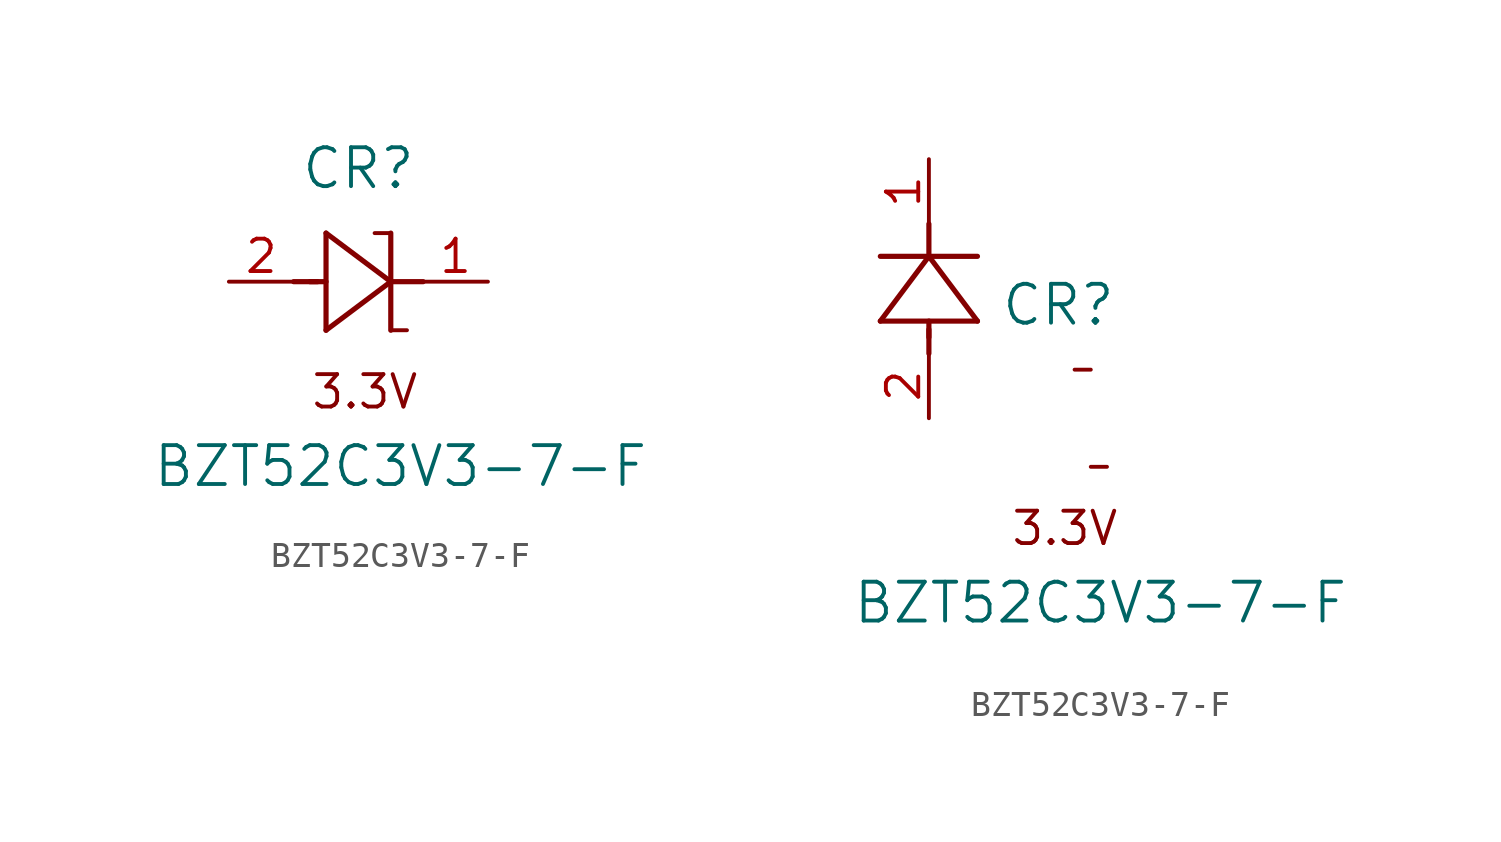
<source format=kicad_sym>
(kicad_symbol_lib
  (version 20211014)
  (generator kicad_symbol_editor)
  (symbol "BZT52C3V3-7-F"
    (pin_names
      (offset 0.254))
    (property "Reference" "CR"
      (at 5.08 4.445 0)
      (effects (font (size 1.524 1.524))))
    (property "Value" "BZT52C3V3-7-F"
      (at 6.731 -7.239 0)
      (effects (font (size 1.524 1.524))))
    (symbol "BZT52C3V3-7-F_0_0"
      (polyline (pts (xy 5.715 1.905) (xy 6.35 1.905)) (stroke (width 0) (type default) (color 0 0 0 0)) (fill (type none)))
      (polyline (pts (xy 6.35 -1.905) (xy 6.985 -1.905)) (stroke (width 0) (type default) (color 0 0 0 0)) (fill (type none)))
      (text "3.3V" (at 5.334 -4.318 0) (effects (font (size 1.27 1.27)))))
    (symbol "BZT52C3V3-7-F_1_1"
      (polyline (pts (xy 2.54 0) (xy 3.48 0)) (stroke (width 0.203) (type default) (color 0 0 0 0)) (fill (type none)))
      (polyline (pts (xy 3.175 0) (xy 3.81 0)) (stroke (width 0.203) (type default) (color 0 0 0 0)) (fill (type none)))
      (polyline (pts (xy 3.81 -1.905) (xy 6.35 0)) (stroke (width 0.203) (type default) (color 0 0 0 0)) (fill (type none)))
      (polyline (pts (xy 3.81 1.905) (xy 3.81 -1.905)) (stroke (width 0.203) (type default) (color 0 0 0 0)) (fill (type none)))
      (polyline (pts (xy 6.35 -1.905) (xy 6.35 1.905)) (stroke (width 0.203) (type default) (color 0 0 0 0)) (fill (type none)))
      (polyline (pts (xy 6.35 0) (xy 3.81 1.905)) (stroke (width 0.203) (type default) (color 0 0 0 0)) (fill (type none)))
      (polyline (pts (xy 6.35 0) (xy 7.62 0)) (stroke (width 0.203) (type default) (color 0 0 0 0)) (fill (type none)))
      (pin unspecified line (at 10.16 0 180) (length 2.54) (name "" (effects (font (size 1.27 1.27)))) (number "1" (effects (font (size 1.27 1.27)))))
      (pin unspecified line (at 0 0 0) (length 2.54) (name "" (effects (font (size 1.27 1.27)))) (number "2" (effects (font (size 1.27 1.27))))))
    (symbol "BZT52C3V3-7-F_1_2"
      (polyline (pts (xy -1.905 3.81) (xy 1.905 3.81)) (stroke (width 0.203) (type default) (color 0 0 0 0)) (fill (type none)))
      (polyline (pts (xy 0 2.54) (xy 0 3.48)) (stroke (width 0.203) (type default) (color 0 0 0 0)) (fill (type none)))
      (polyline (pts (xy 0 3.175) (xy 0 3.81)) (stroke (width 0.203) (type default) (color 0 0 0 0)) (fill (type none)))
      (polyline (pts (xy 0 6.35) (xy -1.905 3.81)) (stroke (width 0.203) (type default) (color 0 0 0 0)) (fill (type none)))
      (polyline (pts (xy 0 6.35) (xy 0 7.62)) (stroke (width 0.203) (type default) (color 0 0 0 0)) (fill (type none)))
      (polyline (pts (xy 1.905 3.81) (xy 0 6.35)) (stroke (width 0.203) (type default) (color 0 0 0 0)) (fill (type none)))
      (polyline (pts (xy 1.905 6.35) (xy -1.905 6.35)) (stroke (width 0.203) (type default) (color 0 0 0 0)) (fill (type none)))
      (pin unspecified line (at 0 10.16 270) (length 2.54) (name "" (effects (font (size 1.27 1.27)))) (number "1" (effects (font (size 1.27 1.27)))))
      (pin unspecified line (at 0 0 90) (length 2.54) (name "" (effects (font (size 1.27 1.27)))) (number "2" (effects (font (size 1.27 1.27))))))))
</source>
